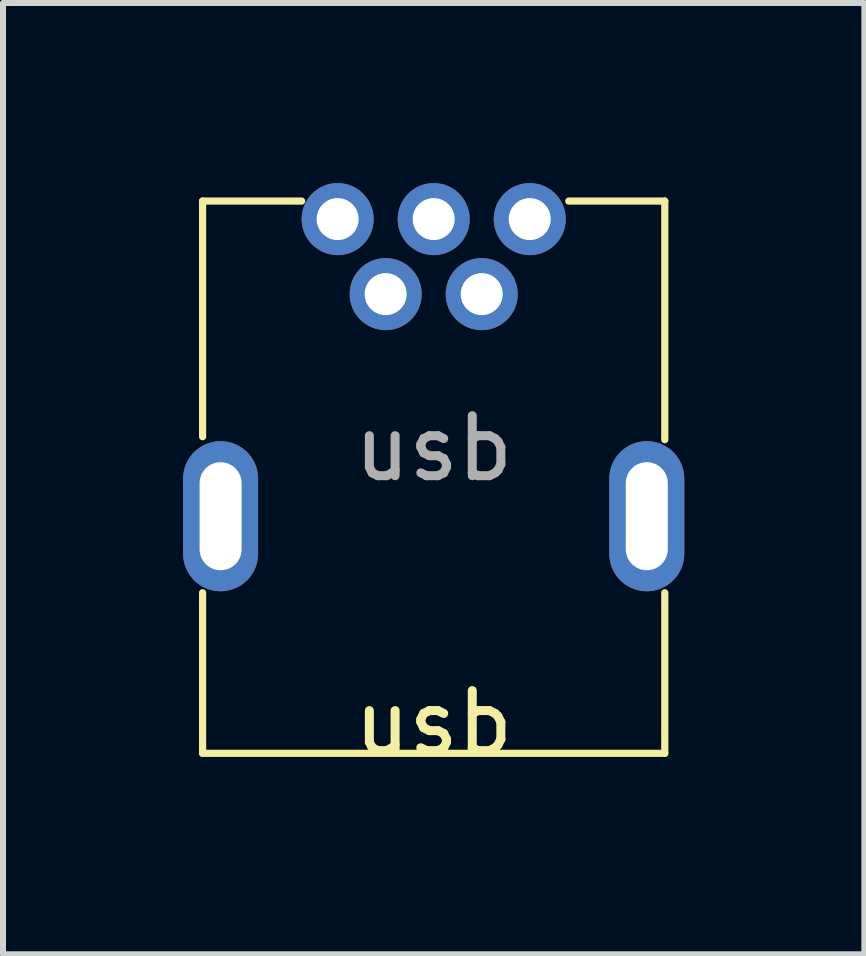
<source format=kicad_pcb>
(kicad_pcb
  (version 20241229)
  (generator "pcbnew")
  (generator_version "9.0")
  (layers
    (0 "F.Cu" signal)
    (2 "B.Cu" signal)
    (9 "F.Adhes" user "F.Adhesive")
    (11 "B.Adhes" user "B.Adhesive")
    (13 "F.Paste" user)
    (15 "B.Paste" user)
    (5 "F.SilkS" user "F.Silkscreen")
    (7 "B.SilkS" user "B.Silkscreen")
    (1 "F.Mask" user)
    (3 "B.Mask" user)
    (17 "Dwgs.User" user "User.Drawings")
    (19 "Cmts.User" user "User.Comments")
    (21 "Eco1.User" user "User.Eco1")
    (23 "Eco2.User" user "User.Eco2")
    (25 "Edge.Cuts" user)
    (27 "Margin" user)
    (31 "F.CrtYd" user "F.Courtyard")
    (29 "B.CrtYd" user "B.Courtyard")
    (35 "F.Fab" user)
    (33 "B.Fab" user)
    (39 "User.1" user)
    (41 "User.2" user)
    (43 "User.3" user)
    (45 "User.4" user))
  (footprint "usb"
    (layer "F.Cu")
    (at 4.175 9.5)
    (property "Reference" "usb" (at 0 -0.5 0) (unlocked yes) (layer "F.SilkS") (effects (font (size 1 1) (thickness 0.15))))
    (attr through_hole)
    (fp_line (start -3.85 -9.2) (end -3.85 -5.275) (stroke (width 0.12) (type solid)) (layer "F.SilkS"))
    (fp_line (start -3.85 -9.2) (end -2.2 -9.2) (stroke (width 0.12) (type solid)) (layer "F.SilkS"))
    (fp_line (start -3.85 0) (end -3.85 -2.675) (stroke (width 0.12) (type solid)) (layer "F.SilkS"))
    (fp_line (start 2.25 -9.2) (end 3.85 -9.2) (stroke (width 0.12) (type solid)) (layer "F.SilkS"))
    (fp_line (start 3.85 -9.2) (end 3.85 -5.225) (stroke (width 0.12) (type solid)) (layer "F.SilkS"))
    (fp_line (start 3.85 -2.675) (end 3.85 0) (stroke (width 0.12) (type solid)) (layer "F.SilkS"))
    (fp_line (start 3.85 0) (end -3.85 0) (stroke (width 0.12) (type solid)) (layer "F.SilkS"))
    (fp_text user "${REFERENCE}" (at 0 -5.08 0) (unlocked yes) (layer "F.Fab") (effects (font (size 1 1) (thickness 0.15))))
    (pad "1" thru_hole circle (at -1.6 -8.9) (size 1.2 1.2) (drill 0.7) (layers "*.Cu" "*.Mask"))
    (pad "2" thru_hole circle (at -0.8 -7.65) (size 1.2 1.2) (drill 0.7) (layers "*.Cu" "*.Mask"))
    (pad "3" thru_hole circle (at 0 -8.9) (size 1.2 1.2) (drill 0.7) (layers "*.Cu" "*.Mask"))
    (pad "4" thru_hole circle (at 0.8 -7.65) (size 1.2 1.2) (drill 0.7) (layers "*.Cu" "*.Mask"))
    (pad "5" thru_hole circle (at 1.6 -8.9) (size 1.2 1.2) (drill 0.7) (layers "*.Cu" "*.Mask"))
    (pad "6" thru_hole oval (at -3.55 -3.95) (size 1.25 2.5) (drill oval 0.7 1.8) (layers "*.Cu" "*.Mask"))
    (pad "6" thru_hole oval (at 3.55 -3.95) (size 1.25 2.5) (drill oval 0.7 1.8) (layers "*.Cu" "*.Mask")))
  (gr_rect
    (start -3 -3)
    (end 11.35 12.848)
    (stroke (width 0.1) (type default))
    (fill no)
    (layer "Edge.Cuts")))
</source>
